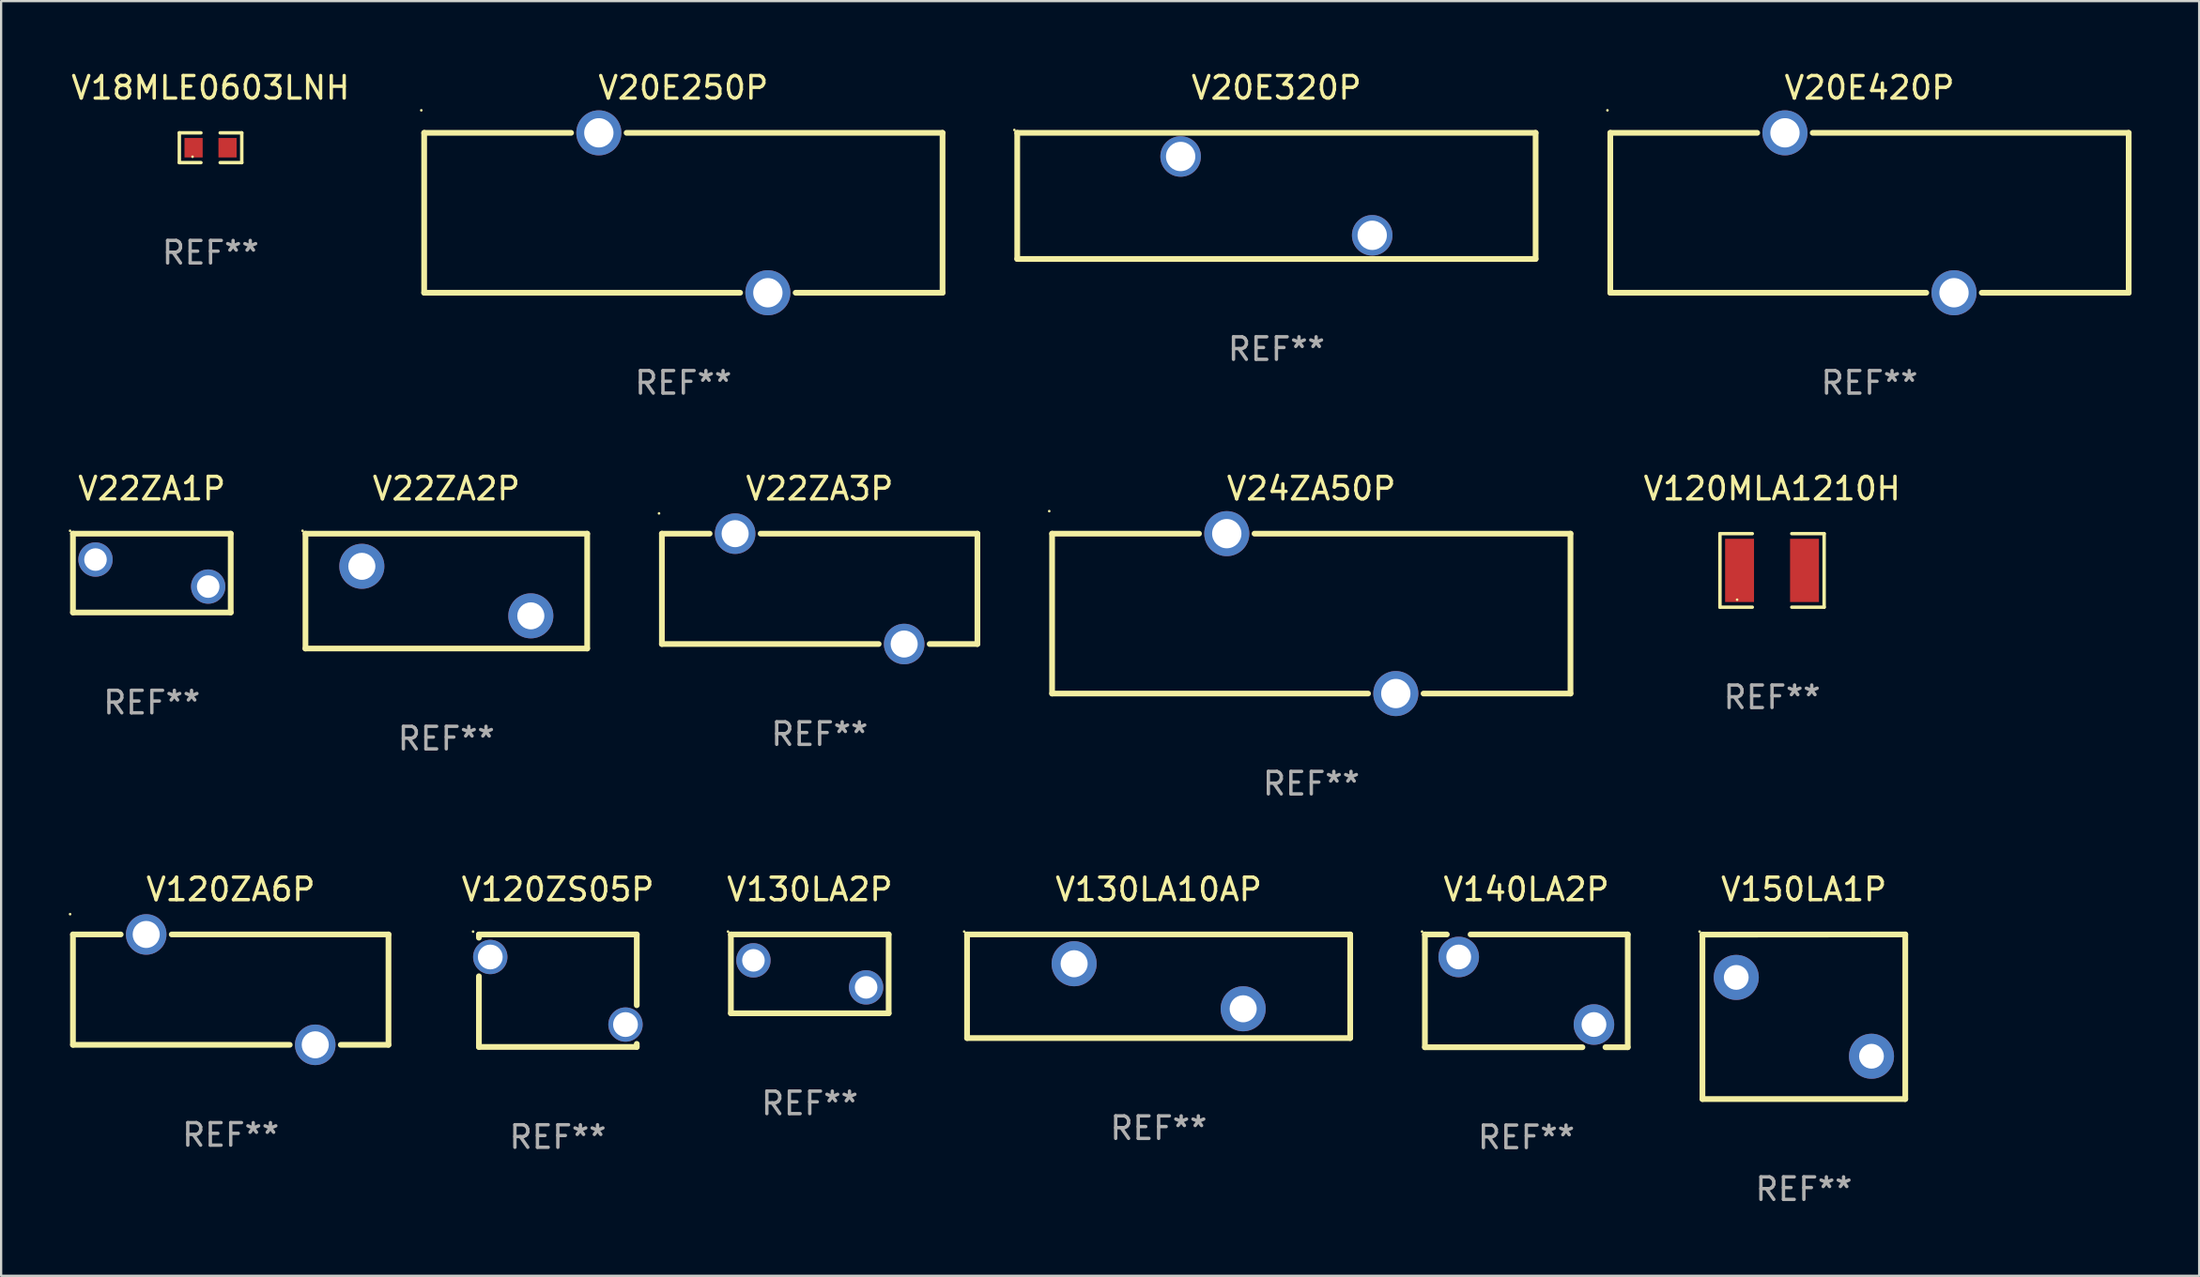
<source format=kicad_pcb>
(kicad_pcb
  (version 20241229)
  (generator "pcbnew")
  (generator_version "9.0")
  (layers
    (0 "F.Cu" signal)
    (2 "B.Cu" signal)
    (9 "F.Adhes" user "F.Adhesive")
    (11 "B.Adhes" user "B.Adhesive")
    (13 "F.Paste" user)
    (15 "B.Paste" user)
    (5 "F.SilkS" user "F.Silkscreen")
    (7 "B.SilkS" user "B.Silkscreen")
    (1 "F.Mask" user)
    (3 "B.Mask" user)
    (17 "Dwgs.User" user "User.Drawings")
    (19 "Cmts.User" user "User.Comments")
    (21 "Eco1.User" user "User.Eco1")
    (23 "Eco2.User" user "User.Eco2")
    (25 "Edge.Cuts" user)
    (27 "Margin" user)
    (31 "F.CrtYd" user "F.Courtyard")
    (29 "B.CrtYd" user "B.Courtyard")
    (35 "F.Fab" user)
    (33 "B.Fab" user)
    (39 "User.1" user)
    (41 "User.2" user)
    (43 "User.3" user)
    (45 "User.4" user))
  (footprint "V22ZA3P"
    (layer "F.Cu")
    (at 33.317 23.095)
    (property "Reference" "V22ZA3P" (at 0 -4.45 0) (layer "F.SilkS") (effects (font (size 1 1) (thickness 0.15))))
    (attr through_hole)
    (fp_line (start -7 -2.45) (end -4.881 -2.45) (stroke (width 0.254) (type solid)) (layer "F.SilkS"))
    (fp_line (start -7 2.45) (end -7 -2.45) (stroke (width 0.254) (type solid)) (layer "F.SilkS"))
    (fp_line (start -7 2.45) (end 2.619 2.45) (stroke (width 0.254) (type solid)) (layer "F.SilkS"))
    (fp_line (start -2.619 -2.45) (end 7 -2.45) (stroke (width 0.254) (type solid)) (layer "F.SilkS"))
    (fp_line (start 4.881 2.45) (end 7 2.45) (stroke (width 0.254) (type solid)) (layer "F.SilkS"))
    (fp_line (start 7 -2.45) (end 7 2.45) (stroke (width 0.254) (type solid)) (layer "F.SilkS"))
    (fp_circle (center -7.127 -3.35) (end -7.097 -3.35) (stroke (width 0.06) (type solid)) (fill no) (layer "F.SilkS"))
    (fp_text user "REF**" (at 0 6.45 0) (layer "F.Fab") (effects (font (size 1 1) (thickness 0.15))))
    (pad "1" thru_hole circle (at -3.75 -2.45) (size 1.8 1.8) (drill 1.2) (layers "*.Cu" "*.Mask"))
    (pad "2" thru_hole circle (at 3.75 2.45) (size 1.8 1.8) (drill 1.2) (layers "*.Cu" "*.Mask")))
  (footprint "V150LA1P"
    (layer "F.Cu")
    (at 76.986 42.095)
    (property "Reference" "V150LA1P" (at 0 -5.654 0) (layer "F.SilkS") (effects (font (size 1 1) (thickness 0.15))))
    (attr through_hole)
    (fp_line (start -4.5 -3.646) (end 4.5 -3.654) (stroke (width 0.254) (type solid)) (layer "F.SilkS"))
    (fp_line (start -4.5 3.654) (end -4.5 -3.646) (stroke (width 0.254) (type solid)) (layer "F.SilkS"))
    (fp_line (start 4.5 3.654) (end -4.5 3.654) (stroke (width 0.254) (type solid)) (layer "F.SilkS"))
    (fp_line (start 4.5 3.654) (end 4.5 -3.654) (stroke (width 0.254) (type solid)) (layer "F.SilkS"))
    (fp_circle (center -4.627 -3.781) (end -4.597 -3.781) (stroke (width 0.06) (type solid)) (fill no) (layer "F.SilkS"))
    (fp_text user "REF**" (at 0 7.654 0) (layer "F.Fab") (effects (font (size 1 1) (thickness 0.15))))
    (pad "1" thru_hole circle (at -3 -1.746) (size 2 2) (drill 1.1) (layers "*.Cu" "*.Mask"))
    (pad "2" thru_hole circle (at 3 1.754) (size 2 2) (drill 1.1) (layers "*.Cu" "*.Mask")))
  (footprint "V120ZA6P"
    (layer "F.Cu")
    (at 7.187 40.891)
    (property "Reference" "V120ZA6P" (at 0 -4.45 0) (layer "F.SilkS") (effects (font (size 1 1) (thickness 0.15))))
    (attr through_hole)
    (fp_line (start -7 -2.45) (end -4.881 -2.45) (stroke (width 0.254) (type solid)) (layer "F.SilkS"))
    (fp_line (start -7 2.45) (end -7 -2.45) (stroke (width 0.254) (type solid)) (layer "F.SilkS"))
    (fp_line (start -7 2.45) (end 2.619 2.45) (stroke (width 0.254) (type solid)) (layer "F.SilkS"))
    (fp_line (start -2.619 -2.45) (end 7 -2.45) (stroke (width 0.254) (type solid)) (layer "F.SilkS"))
    (fp_line (start 4.881 2.45) (end 7 2.45) (stroke (width 0.254) (type solid)) (layer "F.SilkS"))
    (fp_line (start 7 -2.45) (end 7 2.45) (stroke (width 0.254) (type solid)) (layer "F.SilkS"))
    (fp_circle (center -7.127 -3.35) (end -7.097 -3.35) (stroke (width 0.06) (type solid)) (fill no) (layer "F.SilkS"))
    (fp_text user "REF**" (at 0 6.45 0) (layer "F.Fab") (effects (font (size 1 1) (thickness 0.15))))
    (pad "1" thru_hole circle (at -3.75 -2.45) (size 1.8 1.8) (drill 1.2) (layers "*.Cu" "*.Mask"))
    (pad "2" thru_hole circle (at 3.75 2.45) (size 1.8 1.8) (drill 1.2) (layers "*.Cu" "*.Mask")))
  (footprint "V18MLE0603LNH"
    (layer "F.Cu")
    (at 6.292 3.509)
    (property "Reference" "V18MLE0603LNH" (at 0 -2.661 0) (layer "F.SilkS") (effects (font (size 1 1) (thickness 0.15))))
    (attr through_hole)
    (fp_line (start -1.385 -0.661) (end -0.426 -0.661) (stroke (width 0.152) (type solid)) (layer "F.SilkS"))
    (fp_line (start -1.385 0.661) (end -1.385 -0.661) (stroke (width 0.152) (type solid)) (layer "F.SilkS"))
    (fp_line (start -0.426 0.661) (end -1.385 0.661) (stroke (width 0.152) (type solid)) (layer "F.SilkS"))
    (fp_line (start 0.426 0.661) (end 1.385 0.661) (stroke (width 0.152) (type solid)) (layer "F.SilkS"))
    (fp_line (start 1.385 -0.661) (end 0.426 -0.661) (stroke (width 0.152) (type solid)) (layer "F.SilkS"))
    (fp_line (start 1.385 0.661) (end 1.385 -0.661) (stroke (width 0.152) (type solid)) (layer "F.SilkS"))
    (fp_circle (center -0.8 0.4) (end -0.77 0.4) (stroke (width 0.06) (type solid)) (fill no) (layer "F.SilkS"))
    (fp_text user "REF**" (at 0 4.661 0) (layer "F.Fab") (effects (font (size 1 1) (thickness 0.15))))
    (pad "1" smd rect (at -0.753 0) (size 0.806 0.864) (layers "F.Cu" "F.Mask" "F.Paste"))
    (pad "2" smd rect (at 0.753 0) (size 0.806 0.864) (layers "F.Cu" "F.Mask" "F.Paste")))
  (footprint "V22ZA2P"
    (layer "F.Cu")
    (at 16.752 23.195)
    (property "Reference" "V22ZA2P" (at 0 -4.55 0) (layer "F.SilkS") (effects (font (size 1 1) (thickness 0.15))))
    (attr through_hole)
    (fp_line (start -6.249 -2.55) (end 6.251 -2.55) (stroke (width 0.254) (type solid)) (layer "F.SilkS"))
    (fp_line (start -6.249 2.55) (end -6.249 -2.55) (stroke (width 0.254) (type solid)) (layer "F.SilkS"))
    (fp_line (start 6.251 -2.55) (end 6.251 2.55) (stroke (width 0.254) (type solid)) (layer "F.SilkS"))
    (fp_line (start 6.251 2.55) (end -6.251 2.55) (stroke (width 0.254) (type solid)) (layer "F.SilkS"))
    (fp_circle (center -6.378 -2.677) (end -6.348 -2.677) (stroke (width 0.06) (type solid)) (fill no) (layer "F.SilkS"))
    (fp_text user "REF**" (at 0 6.55 0) (layer "F.Fab") (effects (font (size 1 1) (thickness 0.15))))
    (pad "1" thru_hole circle (at -3.748 -1.1) (size 2 2) (drill 1.2) (layers "*.Cu" "*.Mask"))
    (pad "2" thru_hole circle (at 3.75 1.1) (size 2 2) (drill 1.2) (layers "*.Cu" "*.Mask")))
  (footprint "V130LA10AP"
    (layer "F.Cu")
    (at 48.358 40.741)
    (property "Reference" "V130LA10AP" (at 0 -4.3 0) (layer "F.SilkS") (effects (font (size 1 1) (thickness 0.15))))
    (attr through_hole)
    (fp_line (start -8.5 -2.3) (end -8.5 2.3) (stroke (width 0.254) (type solid)) (layer "F.SilkS"))
    (fp_line (start -8.5 -2.3) (end 8.5 -2.3) (stroke (width 0.254) (type solid)) (layer "F.SilkS"))
    (fp_line (start -8.5 2.3) (end 8.5 2.3) (stroke (width 0.254) (type solid)) (layer "F.SilkS"))
    (fp_line (start 8.5 -2.3) (end 8.5 2.3) (stroke (width 0.254) (type solid)) (layer "F.SilkS"))
    (fp_circle (center -8.627 -2.427) (end -8.597 -2.427) (stroke (width 0.06) (type solid)) (fill no) (layer "F.SilkS"))
    (fp_text user "REF**" (at 0 6.3 0) (layer "F.Fab") (effects (font (size 1 1) (thickness 0.15))))
    (pad "1" thru_hole circle (at -3.75 -1) (size 2 2) (drill 1.2) (layers "*.Cu" "*.Mask"))
    (pad "2" thru_hole circle (at 3.75 1) (size 2 2) (drill 1.2) (layers "*.Cu" "*.Mask")))
  (footprint "V20E250P"
    (layer "F.Cu")
    (at 27.27 6.398)
    (property "Reference" "V20E250P" (at 0 -5.55 0) (layer "F.SilkS") (effects (font (size 1 1) (thickness 0.15))))
    (attr through_hole)
    (fp_line (start -11.5 -3.55) (end -4.981 -3.55) (stroke (width 0.254) (type solid)) (layer "F.SilkS"))
    (fp_line (start -11.5 3.55) (end -11.5 -3.55) (stroke (width 0.254) (type solid)) (layer "F.SilkS"))
    (fp_line (start -2.519 -3.55) (end 11.5 -3.55) (stroke (width 0.254) (type solid)) (layer "F.SilkS"))
    (fp_line (start 2.519 3.55) (end -11.5 3.55) (stroke (width 0.254) (type solid)) (layer "F.SilkS"))
    (fp_line (start 11.5 -3.55) (end 11.5 3.55) (stroke (width 0.254) (type solid)) (layer "F.SilkS"))
    (fp_line (start 11.5 3.55) (end 4.981 3.55) (stroke (width 0.254) (type solid)) (layer "F.SilkS"))
    (fp_circle (center -11.627 -4.55) (end -11.597 -4.55) (stroke (width 0.06) (type solid)) (fill no) (layer "F.SilkS"))
    (fp_text user "REF**" (at 0 7.55 0) (layer "F.Fab") (effects (font (size 1 1) (thickness 0.15))))
    (pad "1" thru_hole circle (at -3.75 -3.55) (size 2 2) (drill 1.3) (layers "*.Cu" "*.Mask"))
    (pad "2" thru_hole circle (at 3.75 3.55) (size 2 2) (drill 1.3) (layers "*.Cu" "*.Mask")))
  (footprint "V120ZS05P"
    (layer "F.Cu")
    (at 21.701 40.939)
    (property "Reference" "V120ZS05P" (at 0 -4.497 0) (layer "F.SilkS") (effects (font (size 1 1) (thickness 0.15))))
    (attr through_hole)
    (fp_line (start -3.502 -2.353) (end -3.502 -2.497) (stroke (width 0.254) (type solid)) (layer "F.SilkS"))
    (fp_line (start -3.502 2.497) (end -3.502 -0.642) (stroke (width 0.254) (type solid)) (layer "F.SilkS"))
    (fp_line (start -3.498 -2.497) (end 3.502 -2.497) (stroke (width 0.254) (type solid)) (layer "F.SilkS"))
    (fp_line (start 3.498 2.497) (end -3.502 2.497) (stroke (width 0.254) (type solid)) (layer "F.SilkS"))
    (fp_line (start 3.502 -2.497) (end 3.502 0.645) (stroke (width 0.254) (type solid)) (layer "F.SilkS"))
    (fp_line (start 3.502 2.36) (end 3.502 2.497) (stroke (width 0.254) (type solid)) (layer "F.SilkS"))
    (fp_circle (center -3.76 -2.624) (end -3.73 -2.624) (stroke (width 0.06) (type solid)) (fill no) (layer "F.SilkS"))
    (fp_text user "REF**" (at 0 6.497 0) (layer "F.Fab") (effects (font (size 1 1) (thickness 0.15))))
    (pad "1" thru_hole circle (at -2.998 -1.497) (size 1.524 1.524) (drill 1.1) (layers "*.Cu" "*.Mask"))
    (pad "2" thru_hole circle (at 3.002 1.503) (size 1.524 1.524) (drill 1.1) (layers "*.Cu" "*.Mask")))
  (footprint "V20E420P"
    (layer "F.Cu")
    (at 79.898 6.398)
    (property "Reference" "V20E420P" (at 0 -5.55 0) (layer "F.SilkS") (effects (font (size 1 1) (thickness 0.15))))
    (attr through_hole)
    (fp_line (start -11.5 -3.55) (end -4.981 -3.55) (stroke (width 0.254) (type solid)) (layer "F.SilkS"))
    (fp_line (start -11.5 3.55) (end -11.5 -3.55) (stroke (width 0.254) (type solid)) (layer "F.SilkS"))
    (fp_line (start -2.519 -3.55) (end 11.5 -3.55) (stroke (width 0.254) (type solid)) (layer "F.SilkS"))
    (fp_line (start 2.519 3.55) (end -11.5 3.55) (stroke (width 0.254) (type solid)) (layer "F.SilkS"))
    (fp_line (start 11.5 -3.55) (end 11.5 3.55) (stroke (width 0.254) (type solid)) (layer "F.SilkS"))
    (fp_line (start 11.5 3.55) (end 4.981 3.55) (stroke (width 0.254) (type solid)) (layer "F.SilkS"))
    (fp_circle (center -11.627 -4.55) (end -11.597 -4.55) (stroke (width 0.06) (type solid)) (fill no) (layer "F.SilkS"))
    (fp_text user "REF**" (at 0 7.55 0) (layer "F.Fab") (effects (font (size 1 1) (thickness 0.15))))
    (pad "1" thru_hole circle (at -3.75 -3.55) (size 2 2) (drill 1.3) (layers "*.Cu" "*.Mask"))
    (pad "2" thru_hole circle (at 3.75 3.55) (size 2 2) (drill 1.3) (layers "*.Cu" "*.Mask")))
  (footprint "V120MLA1210H"
    (layer "F.Cu")
    (at 75.574 22.277)
    (property "Reference" "V120MLA1210H" (at 0 -3.633 0) (layer "F.SilkS") (effects (font (size 1 1) (thickness 0.15))))
    (attr through_hole)
    (fp_line (start -2.311 -1.633) (end -0.876 -1.633) (stroke (width 0.152) (type solid)) (layer "F.SilkS"))
    (fp_line (start -2.311 1.633) (end -2.311 -1.633) (stroke (width 0.152) (type solid)) (layer "F.SilkS"))
    (fp_line (start -0.876 1.633) (end -2.311 1.633) (stroke (width 0.152) (type solid)) (layer "F.SilkS"))
    (fp_line (start 0.876 1.633) (end 2.311 1.633) (stroke (width 0.152) (type solid)) (layer "F.SilkS"))
    (fp_line (start 2.311 -1.633) (end 0.876 -1.633) (stroke (width 0.152) (type solid)) (layer "F.SilkS"))
    (fp_line (start 2.311 1.633) (end 2.311 -1.633) (stroke (width 0.152) (type solid)) (layer "F.SilkS"))
    (fp_circle (center -1.55 1.3) (end -1.52 1.3) (stroke (width 0.06) (type solid)) (fill no) (layer "F.SilkS"))
    (fp_text user "REF**" (at 0 5.633 0) (layer "F.Fab") (effects (font (size 1 1) (thickness 0.15))))
    (pad "1" smd rect (at -1.441 0) (size 1.283 2.808) (layers "F.Cu" "F.Mask" "F.Paste"))
    (pad "2" smd rect (at 1.441 0) (size 1.283 2.808) (layers "F.Cu" "F.Mask" "F.Paste")))
  (footprint "V140LA2P"
    (layer "F.Cu")
    (at 64.672 40.945)
    (property "Reference" "V140LA2P" (at 0 -4.504 0) (layer "F.SilkS") (effects (font (size 1 1) (thickness 0.15))))
    (attr through_hole)
    (fp_line (start -4.5 -2.504) (end -4.5 2.504) (stroke (width 0.254) (type solid)) (layer "F.SilkS"))
    (fp_line (start -4.5 -2.504) (end -3.526 -2.504) (stroke (width 0.254) (type solid)) (layer "F.SilkS"))
    (fp_line (start -4.5 2.504) (end 2.49 2.504) (stroke (width 0.254) (type solid)) (layer "F.SilkS"))
    (fp_line (start -2.474 -2.504) (end 4.5 -2.504) (stroke (width 0.254) (type solid)) (layer "F.SilkS"))
    (fp_line (start 3.51 2.504) (end 4.5 2.504) (stroke (width 0.254) (type solid)) (layer "F.SilkS"))
    (fp_line (start 4.5 2.504) (end 4.5 -2.504) (stroke (width 0.254) (type solid)) (layer "F.SilkS"))
    (fp_circle (center -4.627 -2.631) (end -4.597 -2.631) (stroke (width 0.06) (type solid)) (fill no) (layer "F.SilkS"))
    (fp_text user "REF**" (at 0 6.504 0) (layer "F.Fab") (effects (font (size 1 1) (thickness 0.15))))
    (pad "1" thru_hole circle (at -3 -1.504) (size 1.8 1.8) (drill 1.1) (layers "*.Cu" "*.Mask"))
    (pad "2" thru_hole circle (at 3 1.496) (size 1.8 1.8) (drill 1.1) (layers "*.Cu" "*.Mask")))
  (footprint "V20E320P"
    (layer "F.Cu")
    (at 53.584 5.648)
    (property "Reference" "V20E320P" (at 0 -4.8 0) (layer "F.SilkS") (effects (font (size 1 1) (thickness 0.15))))
    (attr through_hole)
    (fp_line (start -11.5 -2.8) (end -11.5 2.8) (stroke (width 0.254) (type solid)) (layer "F.SilkS"))
    (fp_line (start -11.5 -2.8) (end 11.5 -2.8) (stroke (width 0.254) (type solid)) (layer "F.SilkS"))
    (fp_line (start 11.5 -2.8) (end 11.5 2.8) (stroke (width 0.254) (type solid)) (layer "F.SilkS"))
    (fp_line (start 11.5 2.8) (end -11.5 2.8) (stroke (width 0.254) (type solid)) (layer "F.SilkS"))
    (fp_circle (center -11.627 -2.927) (end -11.597 -2.927) (stroke (width 0.06) (type solid)) (fill no) (layer "F.SilkS"))
    (fp_text user "REF**" (at 0 6.8 0) (layer "F.Fab") (effects (font (size 1 1) (thickness 0.15))))
    (pad "1" thru_hole circle (at -4.25 -1.75) (size 1.8 1.8) (drill 1.3) (layers "*.Cu" "*.Mask"))
    (pad "2" thru_hole circle (at 4.25 1.75) (size 1.8 1.8) (drill 1.3) (layers "*.Cu" "*.Mask")))
  (footprint "V22ZA1P"
    (layer "F.Cu")
    (at 3.687 22.395)
    (property "Reference" "V22ZA1P" (at 0 -3.75 0) (layer "F.SilkS") (effects (font (size 1 1) (thickness 0.15))))
    (attr through_hole)
    (fp_line (start -3.5 -1.75) (end 3.5 -1.75) (stroke (width 0.254) (type solid)) (layer "F.SilkS"))
    (fp_line (start -3.5 1.75) (end -3.5 -1.75) (stroke (width 0.254) (type solid)) (layer "F.SilkS"))
    (fp_line (start -3.5 1.75) (end 3.5 1.75) (stroke (width 0.254) (type solid)) (layer "F.SilkS"))
    (fp_line (start 3.5 -1.75) (end 3.5 1.75) (stroke (width 0.254) (type solid)) (layer "F.SilkS"))
    (fp_circle (center -3.627 -1.877) (end -3.597 -1.877) (stroke (width 0.06) (type solid)) (fill no) (layer "F.SilkS"))
    (fp_text user "REF**" (at 0 5.75 0) (layer "F.Fab") (effects (font (size 1 1) (thickness 0.15))))
    (pad "1" thru_hole circle (at -2.5 -0.6) (size 1.524 1.524) (drill 1) (layers "*.Cu" "*.Mask"))
    (pad "2" thru_hole circle (at 2.5 0.6) (size 1.524 1.524) (drill 1) (layers "*.Cu" "*.Mask")))
  (footprint "V130LA2P"
    (layer "F.Cu")
    (at 32.879 40.191)
    (property "Reference" "V130LA2P" (at 0 -3.75 0) (layer "F.SilkS") (effects (font (size 1 1) (thickness 0.15))))
    (attr through_hole)
    (fp_line (start -3.5 -1.75) (end 3.5 -1.75) (stroke (width 0.254) (type solid)) (layer "F.SilkS"))
    (fp_line (start -3.5 1.75) (end -3.5 -1.75) (stroke (width 0.254) (type solid)) (layer "F.SilkS"))
    (fp_line (start -3.5 1.75) (end 3.5 1.75) (stroke (width 0.254) (type solid)) (layer "F.SilkS"))
    (fp_line (start 3.5 -1.75) (end 3.5 1.75) (stroke (width 0.254) (type solid)) (layer "F.SilkS"))
    (fp_circle (center -3.627 -1.877) (end -3.597 -1.877) (stroke (width 0.06) (type solid)) (fill no) (layer "F.SilkS"))
    (fp_text user "REF**" (at 0 5.75 0) (layer "F.Fab") (effects (font (size 1 1) (thickness 0.15))))
    (pad "1" thru_hole circle (at -2.5 -0.6) (size 1.524 1.524) (drill 1) (layers "*.Cu" "*.Mask"))
    (pad "2" thru_hole circle (at 2.5 0.6) (size 1.524 1.524) (drill 1) (layers "*.Cu" "*.Mask")))
  (footprint "V24ZA50P"
    (layer "F.Cu")
    (at 55.131 24.195)
    (property "Reference" "V24ZA50P" (at 0 -5.55 0) (layer "F.SilkS") (effects (font (size 1 1) (thickness 0.15))))
    (attr through_hole)
    (fp_line (start -11.5 -3.55) (end -4.981 -3.55) (stroke (width 0.254) (type solid)) (layer "F.SilkS"))
    (fp_line (start -11.5 3.55) (end -11.5 -3.55) (stroke (width 0.254) (type solid)) (layer "F.SilkS"))
    (fp_line (start -2.519 -3.55) (end 11.5 -3.55) (stroke (width 0.254) (type solid)) (layer "F.SilkS"))
    (fp_line (start 2.519 3.55) (end -11.5 3.55) (stroke (width 0.254) (type solid)) (layer "F.SilkS"))
    (fp_line (start 11.5 -3.55) (end 11.5 3.55) (stroke (width 0.254) (type solid)) (layer "F.SilkS"))
    (fp_line (start 11.5 3.55) (end 4.981 3.55) (stroke (width 0.254) (type solid)) (layer "F.SilkS"))
    (fp_circle (center -11.627 -4.55) (end -11.597 -4.55) (stroke (width 0.06) (type solid)) (fill no) (layer "F.SilkS"))
    (fp_text user "REF**" (at 0 7.55 0) (layer "F.Fab") (effects (font (size 1 1) (thickness 0.15))))
    (pad "1" thru_hole circle (at -3.75 -3.55) (size 2 2) (drill 1.3) (layers "*.Cu" "*.Mask"))
    (pad "2" thru_hole circle (at 3.75 3.55) (size 2 2) (drill 1.3) (layers "*.Cu" "*.Mask")))
  (gr_rect
    (start -3 -3)
    (end 94.525 53.598)
    (stroke (width 0.1) (type default))
    (fill no)
    (layer "Edge.Cuts")))
</source>
